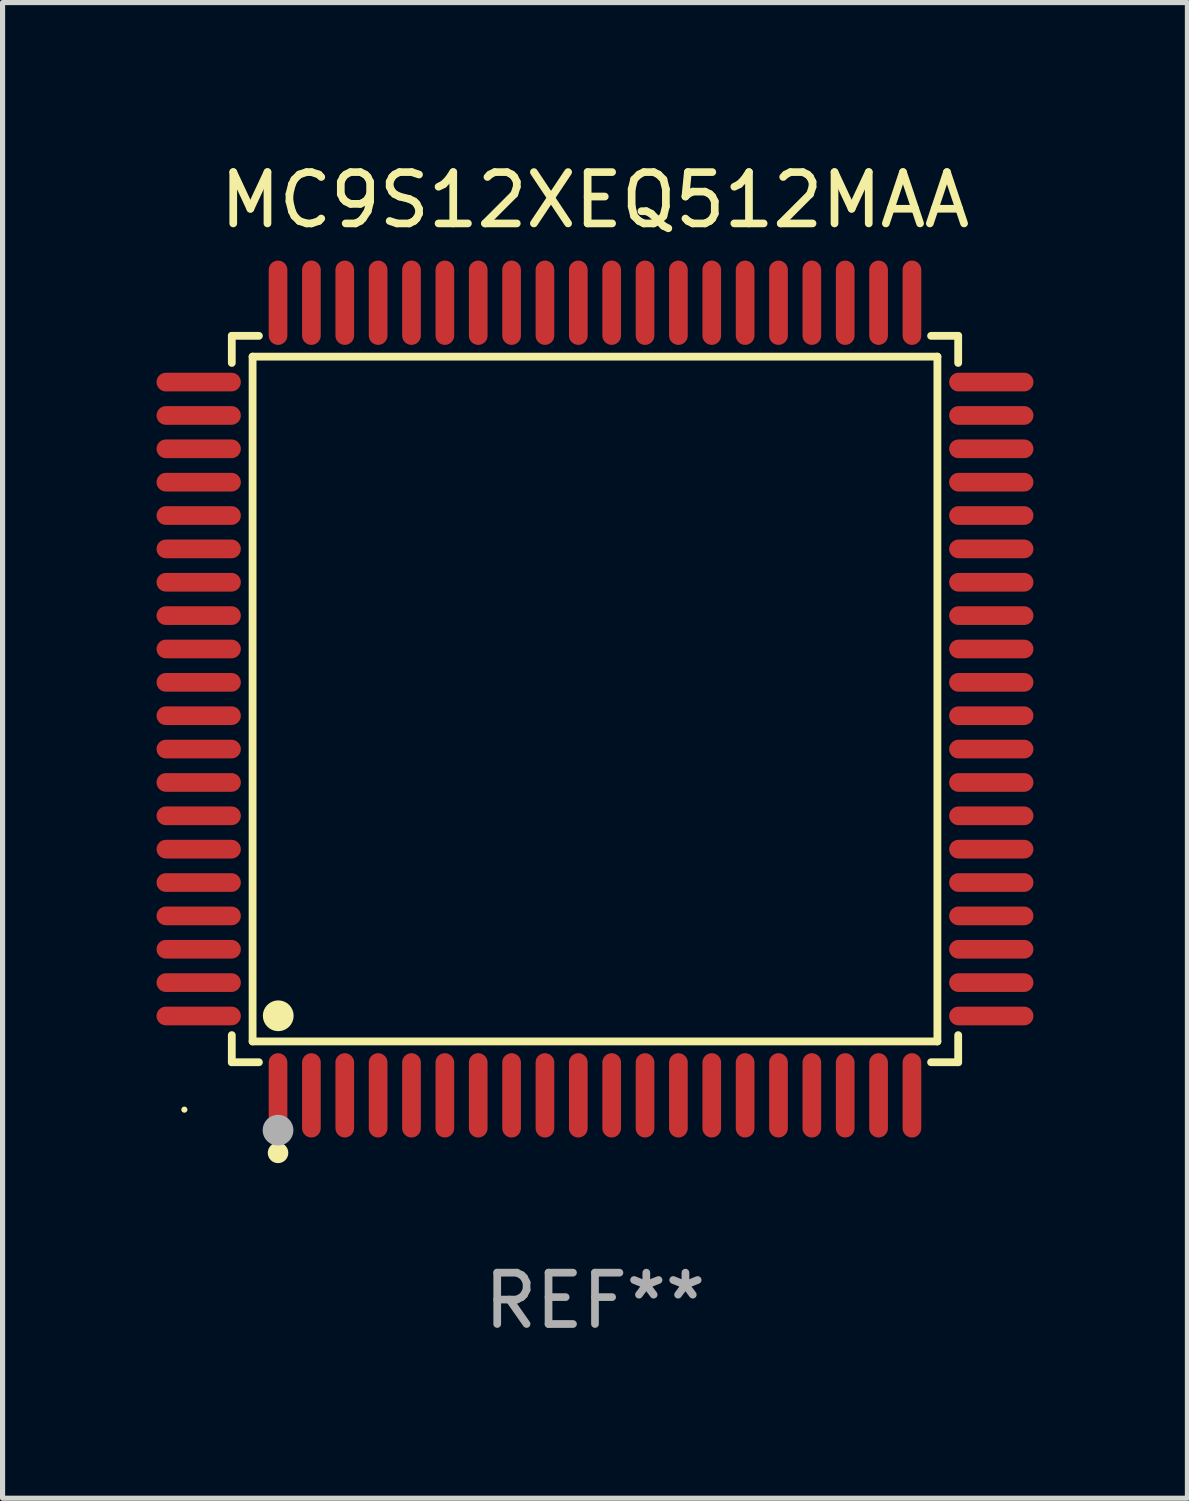
<source format=kicad_pcb>
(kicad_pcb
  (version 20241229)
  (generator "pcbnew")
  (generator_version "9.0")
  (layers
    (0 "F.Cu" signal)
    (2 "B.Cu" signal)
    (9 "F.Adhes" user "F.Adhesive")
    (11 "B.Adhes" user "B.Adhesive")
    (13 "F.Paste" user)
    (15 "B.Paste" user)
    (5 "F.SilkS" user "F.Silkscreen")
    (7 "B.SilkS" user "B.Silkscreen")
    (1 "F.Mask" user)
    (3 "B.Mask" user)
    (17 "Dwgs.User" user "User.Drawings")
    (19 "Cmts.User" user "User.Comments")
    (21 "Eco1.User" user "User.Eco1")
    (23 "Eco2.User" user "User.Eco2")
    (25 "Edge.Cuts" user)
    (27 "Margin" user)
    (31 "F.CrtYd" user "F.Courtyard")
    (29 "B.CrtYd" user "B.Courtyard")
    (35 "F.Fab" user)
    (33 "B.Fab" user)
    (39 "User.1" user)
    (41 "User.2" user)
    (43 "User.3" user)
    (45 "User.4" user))
  (footprint "MC9S12XEQ512MAA"
    (layer "F.Cu")
    (at 8.542 10.569)
    (property "Reference" "MC9S12XEQ512MAA" (at 0 -9.721 0) (layer "F.SilkS") (effects (font (size 1 1) (thickness 0.15))))
    (attr through_hole)
    (fp_line (start -7.076 -7.076) (end -6.548 -7.076) (stroke (width 0.152) (type solid)) (layer "F.SilkS"))
    (fp_line (start -7.076 -6.548) (end -7.076 -7.076) (stroke (width 0.152) (type solid)) (layer "F.SilkS"))
    (fp_line (start -7.076 6.548) (end -7.076 7.076) (stroke (width 0.152) (type solid)) (layer "F.SilkS"))
    (fp_line (start -7.076 7.076) (end -6.548 7.076) (stroke (width 0.152) (type solid)) (layer "F.SilkS"))
    (fp_line (start -6.671 -6.671) (end 6.671 -6.671) (stroke (width 0.152) (type solid)) (layer "F.SilkS"))
    (fp_line (start -6.671 6.671) (end -6.671 -6.671) (stroke (width 0.152) (type solid)) (layer "F.SilkS"))
    (fp_line (start 6.671 -6.671) (end 6.671 6.671) (stroke (width 0.152) (type solid)) (layer "F.SilkS"))
    (fp_line (start 6.671 6.671) (end -6.671 6.671) (stroke (width 0.152) (type solid)) (layer "F.SilkS"))
    (fp_line (start 7.076 -7.076) (end 6.548 -7.076) (stroke (width 0.152) (type solid)) (layer "F.SilkS"))
    (fp_line (start 7.076 -6.548) (end 7.076 -7.076) (stroke (width 0.152) (type solid)) (layer "F.SilkS"))
    (fp_line (start 7.076 6.548) (end 7.076 7.076) (stroke (width 0.152) (type solid)) (layer "F.SilkS"))
    (fp_line (start 7.076 7.076) (end 6.548 7.076) (stroke (width 0.152) (type solid)) (layer "F.SilkS"))
    (fp_circle (center -8 8) (end -7.97 8) (stroke (width 0.06) (type solid)) (fill no) (layer "F.SilkS"))
    (fp_circle (center -6.175 8.842) (end -6.075 8.842) (stroke (width 0.2) (type solid)) (fill no) (layer "F.SilkS"))
    (fp_circle (center -6.171 6.171) (end -6.021 6.171) (stroke (width 0.3) (type solid)) (fill no) (layer "F.SilkS"))
    (fp_circle (center -6.175 8.4) (end -6.025 8.4) (stroke (width 0.3) (type solid)) (fill no) (layer "F.Fab"))
    (fp_text user "REF**" (at 0 11.721 0) (layer "F.Fab") (effects (font (size 1 1) (thickness 0.15))))
    (pad "1" smd oval (at -6.175 7.721) (size 0.364 1.642) (layers "F.Cu" "F.Mask" "F.Paste"))
    (pad "2" smd oval (at -5.525 7.721) (size 0.364 1.642) (layers "F.Cu" "F.Mask" "F.Paste"))
    (pad "3" smd oval (at -4.875 7.721) (size 0.364 1.642) (layers "F.Cu" "F.Mask" "F.Paste"))
    (pad "4" smd oval (at -4.225 7.721) (size 0.364 1.642) (layers "F.Cu" "F.Mask" "F.Paste"))
    (pad "5" smd oval (at -3.575 7.721) (size 0.364 1.642) (layers "F.Cu" "F.Mask" "F.Paste"))
    (pad "6" smd oval (at -2.925 7.721) (size 0.364 1.642) (layers "F.Cu" "F.Mask" "F.Paste"))
    (pad "7" smd oval (at -2.275 7.721) (size 0.364 1.642) (layers "F.Cu" "F.Mask" "F.Paste"))
    (pad "8" smd oval (at -1.625 7.721) (size 0.364 1.642) (layers "F.Cu" "F.Mask" "F.Paste"))
    (pad "9" smd oval (at -0.975 7.721) (size 0.364 1.642) (layers "F.Cu" "F.Mask" "F.Paste"))
    (pad "10" smd oval (at -0.325 7.721) (size 0.364 1.642) (layers "F.Cu" "F.Mask" "F.Paste"))
    (pad "11" smd oval (at 0.325 7.721) (size 0.364 1.642) (layers "F.Cu" "F.Mask" "F.Paste"))
    (pad "12" smd oval (at 0.975 7.721) (size 0.364 1.642) (layers "F.Cu" "F.Mask" "F.Paste"))
    (pad "13" smd oval (at 1.625 7.721) (size 0.364 1.642) (layers "F.Cu" "F.Mask" "F.Paste"))
    (pad "14" smd oval (at 2.275 7.721) (size 0.364 1.642) (layers "F.Cu" "F.Mask" "F.Paste"))
    (pad "15" smd oval (at 2.925 7.721) (size 0.364 1.642) (layers "F.Cu" "F.Mask" "F.Paste"))
    (pad "16" smd oval (at 3.575 7.721) (size 0.364 1.642) (layers "F.Cu" "F.Mask" "F.Paste"))
    (pad "17" smd oval (at 4.225 7.721) (size 0.364 1.642) (layers "F.Cu" "F.Mask" "F.Paste"))
    (pad "18" smd oval (at 4.875 7.721) (size 0.364 1.642) (layers "F.Cu" "F.Mask" "F.Paste"))
    (pad "19" smd oval (at 5.525 7.721) (size 0.364 1.642) (layers "F.Cu" "F.Mask" "F.Paste"))
    (pad "20" smd oval (at 6.175 7.721) (size 0.364 1.642) (layers "F.Cu" "F.Mask" "F.Paste"))
    (pad "21" smd oval (at 7.721 6.175) (size 1.642 0.364) (layers "F.Cu" "F.Mask" "F.Paste"))
    (pad "22" smd oval (at 7.721 5.525) (size 1.642 0.364) (layers "F.Cu" "F.Mask" "F.Paste"))
    (pad "23" smd oval (at 7.721 4.875) (size 1.642 0.364) (layers "F.Cu" "F.Mask" "F.Paste"))
    (pad "24" smd oval (at 7.721 4.225) (size 1.642 0.364) (layers "F.Cu" "F.Mask" "F.Paste"))
    (pad "25" smd oval (at 7.721 3.575) (size 1.642 0.364) (layers "F.Cu" "F.Mask" "F.Paste"))
    (pad "26" smd oval (at 7.721 2.925) (size 1.642 0.364) (layers "F.Cu" "F.Mask" "F.Paste"))
    (pad "27" smd oval (at 7.721 2.275) (size 1.642 0.364) (layers "F.Cu" "F.Mask" "F.Paste"))
    (pad "28" smd oval (at 7.721 1.625) (size 1.642 0.364) (layers "F.Cu" "F.Mask" "F.Paste"))
    (pad "29" smd oval (at 7.721 0.975) (size 1.642 0.364) (layers "F.Cu" "F.Mask" "F.Paste"))
    (pad "30" smd oval (at 7.721 0.325) (size 1.642 0.364) (layers "F.Cu" "F.Mask" "F.Paste"))
    (pad "31" smd oval (at 7.721 -0.325) (size 1.642 0.364) (layers "F.Cu" "F.Mask" "F.Paste"))
    (pad "32" smd oval (at 7.721 -0.975) (size 1.642 0.364) (layers "F.Cu" "F.Mask" "F.Paste"))
    (pad "33" smd oval (at 7.721 -1.625) (size 1.642 0.364) (layers "F.Cu" "F.Mask" "F.Paste"))
    (pad "34" smd oval (at 7.721 -2.275) (size 1.642 0.364) (layers "F.Cu" "F.Mask" "F.Paste"))
    (pad "35" smd oval (at 7.721 -2.925) (size 1.642 0.364) (layers "F.Cu" "F.Mask" "F.Paste"))
    (pad "36" smd oval (at 7.721 -3.575) (size 1.642 0.364) (layers "F.Cu" "F.Mask" "F.Paste"))
    (pad "37" smd oval (at 7.721 -4.225) (size 1.642 0.364) (layers "F.Cu" "F.Mask" "F.Paste"))
    (pad "38" smd oval (at 7.721 -4.875) (size 1.642 0.364) (layers "F.Cu" "F.Mask" "F.Paste"))
    (pad "39" smd oval (at 7.721 -5.525) (size 1.642 0.364) (layers "F.Cu" "F.Mask" "F.Paste"))
    (pad "40" smd oval (at 7.721 -6.175) (size 1.642 0.364) (layers "F.Cu" "F.Mask" "F.Paste"))
    (pad "41" smd oval (at 6.175 -7.721) (size 0.364 1.642) (layers "F.Cu" "F.Mask" "F.Paste"))
    (pad "42" smd oval (at 5.525 -7.721) (size 0.364 1.642) (layers "F.Cu" "F.Mask" "F.Paste"))
    (pad "43" smd oval (at 4.875 -7.721) (size 0.364 1.642) (layers "F.Cu" "F.Mask" "F.Paste"))
    (pad "44" smd oval (at 4.225 -7.721) (size 0.364 1.642) (layers "F.Cu" "F.Mask" "F.Paste"))
    (pad "45" smd oval (at 3.575 -7.721) (size 0.364 1.642) (layers "F.Cu" "F.Mask" "F.Paste"))
    (pad "46" smd oval (at 2.925 -7.721) (size 0.364 1.642) (layers "F.Cu" "F.Mask" "F.Paste"))
    (pad "47" smd oval (at 2.275 -7.721) (size 0.364 1.642) (layers "F.Cu" "F.Mask" "F.Paste"))
    (pad "48" smd oval (at 1.625 -7.721) (size 0.364 1.642) (layers "F.Cu" "F.Mask" "F.Paste"))
    (pad "49" smd oval (at 0.975 -7.721) (size 0.364 1.642) (layers "F.Cu" "F.Mask" "F.Paste"))
    (pad "50" smd oval (at 0.325 -7.721) (size 0.364 1.642) (layers "F.Cu" "F.Mask" "F.Paste"))
    (pad "51" smd oval (at -0.325 -7.721) (size 0.364 1.642) (layers "F.Cu" "F.Mask" "F.Paste"))
    (pad "52" smd oval (at -0.975 -7.721) (size 0.364 1.642) (layers "F.Cu" "F.Mask" "F.Paste"))
    (pad "53" smd oval (at -1.625 -7.721) (size 0.364 1.642) (layers "F.Cu" "F.Mask" "F.Paste"))
    (pad "54" smd oval (at -2.275 -7.721) (size 0.364 1.642) (layers "F.Cu" "F.Mask" "F.Paste"))
    (pad "55" smd oval (at -2.925 -7.721) (size 0.364 1.642) (layers "F.Cu" "F.Mask" "F.Paste"))
    (pad "56" smd oval (at -3.575 -7.721) (size 0.364 1.642) (layers "F.Cu" "F.Mask" "F.Paste"))
    (pad "57" smd oval (at -4.225 -7.721) (size 0.364 1.642) (layers "F.Cu" "F.Mask" "F.Paste"))
    (pad "58" smd oval (at -4.875 -7.721) (size 0.364 1.642) (layers "F.Cu" "F.Mask" "F.Paste"))
    (pad "59" smd oval (at -5.525 -7.721) (size 0.364 1.642) (layers "F.Cu" "F.Mask" "F.Paste"))
    (pad "60" smd oval (at -6.175 -7.721) (size 0.364 1.642) (layers "F.Cu" "F.Mask" "F.Paste"))
    (pad "61" smd oval (at -7.721 -6.175) (size 1.642 0.364) (layers "F.Cu" "F.Mask" "F.Paste"))
    (pad "62" smd oval (at -7.721 -5.525) (size 1.642 0.364) (layers "F.Cu" "F.Mask" "F.Paste"))
    (pad "63" smd oval (at -7.721 -4.875) (size 1.642 0.364) (layers "F.Cu" "F.Mask" "F.Paste"))
    (pad "64" smd oval (at -7.721 -4.225) (size 1.642 0.364) (layers "F.Cu" "F.Mask" "F.Paste"))
    (pad "65" smd oval (at -7.721 -3.575) (size 1.642 0.364) (layers "F.Cu" "F.Mask" "F.Paste"))
    (pad "66" smd oval (at -7.721 -2.925) (size 1.642 0.364) (layers "F.Cu" "F.Mask" "F.Paste"))
    (pad "67" smd oval (at -7.721 -2.275) (size 1.642 0.364) (layers "F.Cu" "F.Mask" "F.Paste"))
    (pad "68" smd oval (at -7.721 -1.625) (size 1.642 0.364) (layers "F.Cu" "F.Mask" "F.Paste"))
    (pad "69" smd oval (at -7.721 -0.975) (size 1.642 0.364) (layers "F.Cu" "F.Mask" "F.Paste"))
    (pad "70" smd oval (at -7.721 -0.325) (size 1.642 0.364) (layers "F.Cu" "F.Mask" "F.Paste"))
    (pad "71" smd oval (at -7.721 0.325) (size 1.642 0.364) (layers "F.Cu" "F.Mask" "F.Paste"))
    (pad "72" smd oval (at -7.721 0.975) (size 1.642 0.364) (layers "F.Cu" "F.Mask" "F.Paste"))
    (pad "73" smd oval (at -7.721 1.625) (size 1.642 0.364) (layers "F.Cu" "F.Mask" "F.Paste"))
    (pad "74" smd oval (at -7.721 2.275) (size 1.642 0.364) (layers "F.Cu" "F.Mask" "F.Paste"))
    (pad "75" smd oval (at -7.721 2.925) (size 1.642 0.364) (layers "F.Cu" "F.Mask" "F.Paste"))
    (pad "76" smd oval (at -7.721 3.575) (size 1.642 0.364) (layers "F.Cu" "F.Mask" "F.Paste"))
    (pad "77" smd oval (at -7.721 4.225) (size 1.642 0.364) (layers "F.Cu" "F.Mask" "F.Paste"))
    (pad "78" smd oval (at -7.721 4.875) (size 1.642 0.364) (layers "F.Cu" "F.Mask" "F.Paste"))
    (pad "79" smd oval (at -7.721 5.525) (size 1.642 0.364) (layers "F.Cu" "F.Mask" "F.Paste"))
    (pad "80" smd oval (at -7.721 6.175) (size 1.642 0.364) (layers "F.Cu" "F.Mask" "F.Paste")))
  (gr_rect
    (start -3 -3)
    (end 20.084 26.139)
    (stroke (width 0.1) (type default))
    (fill no)
    (layer "Edge.Cuts")))
</source>
